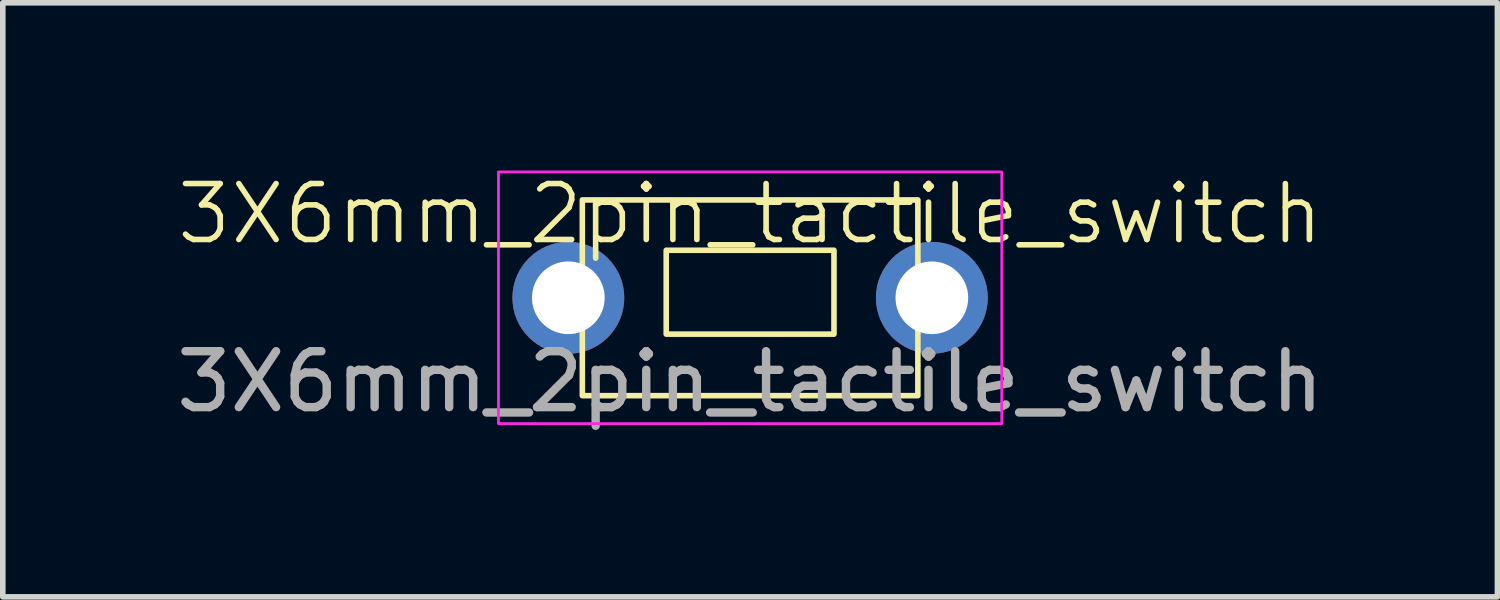
<source format=kicad_pcb>
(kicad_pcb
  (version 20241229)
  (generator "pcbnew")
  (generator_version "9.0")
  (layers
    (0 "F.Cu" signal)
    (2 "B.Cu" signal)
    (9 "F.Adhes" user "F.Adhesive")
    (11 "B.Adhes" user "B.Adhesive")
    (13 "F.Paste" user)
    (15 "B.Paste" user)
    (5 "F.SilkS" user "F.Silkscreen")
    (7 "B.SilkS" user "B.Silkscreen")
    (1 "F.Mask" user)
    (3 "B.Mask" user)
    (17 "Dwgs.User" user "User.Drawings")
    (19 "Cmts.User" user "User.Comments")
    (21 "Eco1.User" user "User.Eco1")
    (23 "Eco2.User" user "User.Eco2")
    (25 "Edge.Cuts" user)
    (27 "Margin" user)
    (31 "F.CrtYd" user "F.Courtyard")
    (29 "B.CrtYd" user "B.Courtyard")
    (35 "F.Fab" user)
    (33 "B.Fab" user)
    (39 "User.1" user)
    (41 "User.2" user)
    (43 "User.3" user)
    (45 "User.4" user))
  (footprint "3X6mm_2pin_tactile_switch"
    (layer "F.Cu")
    (at 7.363 4.025)
    (property "Reference" "3X6mm_2pin_tactile_switch" (at 3 -3.25 0) (unlocked yes) (layer "F.SilkS") (effects (font (size 1 1) (thickness 0.1))))
    (attr smd)
    (fp_line (start 0 -1.75) (end -0.25 -1.75) (stroke (width 0.1) (type default)) (layer "F.SilkS"))
    (fp_line (start 6 -1.75) (end 6.25 -1.75) (stroke (width 0.1) (type default)) (layer "F.SilkS"))
    (fp_rect (start 0 -3.5) (end 6 0) (stroke (width 0.1) (type default)) (fill no) (layer "F.SilkS"))
    (fp_rect (start 1.5 -2.6) (end 4.5 -1.1) (stroke (width 0.1) (type default)) (fill no) (layer "F.SilkS"))
    (fp_rect (start -1.5 -4) (end 7.5 0.5) (stroke (width 0.05) (type default)) (fill no) (layer "F.CrtYd"))
    (fp_text user "${REFERENCE}" (at 3 -0.25 0) (unlocked yes) (layer "F.Fab") (effects (font (size 1 1) (thickness 0.15))))
    (pad "1" thru_hole circle (at -0.25 -1.75) (size 2 2) (drill 1.3) (layers "*.Cu" "*.Mask"))
    (pad "2" thru_hole circle (at 6.25 -1.75) (size 2 2) (drill 1.3) (layers "*.Cu" "*.Mask")))
  (gr_rect
    (start -3 -3)
    (end 23.726 7.623)
    (stroke (width 0.1) (type default))
    (fill no)
    (layer "Edge.Cuts")))
</source>
